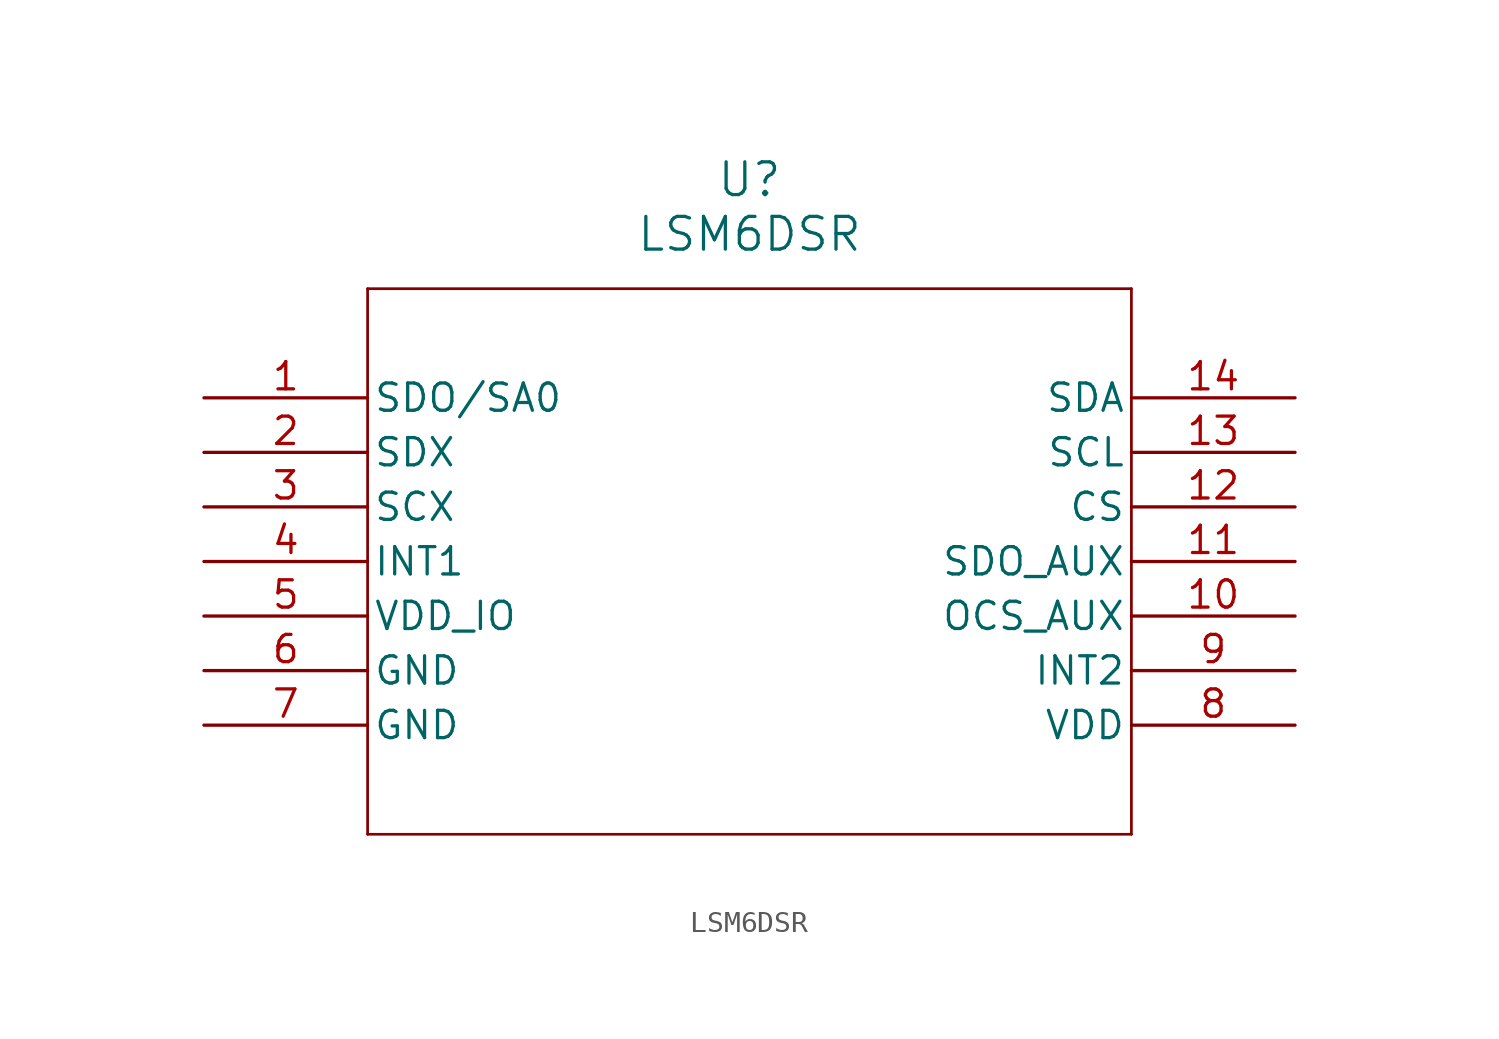
<source format=kicad_sym>
(kicad_symbol_lib
  (version 20211014)
  (generator kicad_symbol_editor)
  (symbol "LSM6DSR"
    (pin_names
      (offset 0.254))
    (property "Reference" "U"
      (at 25.4 10.16 0)
      (effects (font (size 1.524 1.524))))
    (property "Value" "LSM6DSR"
      (at 25.4 7.62 0)
      (effects (font (size 1.524 1.524))))
    (symbol "LSM6DSR_0_1"
      (polyline (pts (xy 7.62 5.08) (xy 7.62 -20.32)) (stroke (width 0.127) (type default) (color 0 0 0 0)) (fill (type none)))
      (polyline (pts (xy 7.62 -20.32) (xy 43.18 -20.32)) (stroke (width 0.127) (type default) (color 0 0 0 0)) (fill (type none)))
      (polyline (pts (xy 43.18 -20.32) (xy 43.18 5.08)) (stroke (width 0.127) (type default) (color 0 0 0 0)) (fill (type none)))
      (polyline (pts (xy 43.18 5.08) (xy 7.62 5.08)) (stroke (width 0.127) (type default) (color 0 0 0 0)) (fill (type none)))
      (pin unspecified line (at 0 0 0) (length 7.62) (name "SDO/SA0" (effects (font (size 1.27 1.27)))) (number "1" (effects (font (size 1.27 1.27)))))
      (pin unspecified line (at 0 -2.54 0) (length 7.62) (name "SDX" (effects (font (size 1.27 1.27)))) (number "2" (effects (font (size 1.27 1.27)))))
      (pin unspecified line (at 0 -5.08 0) (length 7.62) (name "SCX" (effects (font (size 1.27 1.27)))) (number "3" (effects (font (size 1.27 1.27)))))
      (pin input line (at 0 -7.62 0) (length 7.62) (name "INT1" (effects (font (size 1.27 1.27)))) (number "4" (effects (font (size 1.27 1.27)))))
      (pin power_in line (at 0 -10.16 0) (length 7.62) (name "VDD_IO" (effects (font (size 1.27 1.27)))) (number "5" (effects (font (size 1.27 1.27)))))
      (pin power_out line (at 0 -12.7 0) (length 7.62) (name "GND" (effects (font (size 1.27 1.27)))) (number "6" (effects (font (size 1.27 1.27)))))
      (pin power_out line (at 0 -15.24 0) (length 7.62) (name "GND" (effects (font (size 1.27 1.27)))) (number "7" (effects (font (size 1.27 1.27)))))
      (pin power_in line (at 50.8 -15.24 180) (length 7.62) (name "VDD" (effects (font (size 1.27 1.27)))) (number "8" (effects (font (size 1.27 1.27)))))
      (pin input line (at 50.8 -12.7 180) (length 7.62) (name "INT2" (effects (font (size 1.27 1.27)))) (number "9" (effects (font (size 1.27 1.27)))))
      (pin unspecified line (at 50.8 -10.16 180) (length 7.62) (name "OCS_AUX" (effects (font (size 1.27 1.27)))) (number "10" (effects (font (size 1.27 1.27)))))
      (pin unspecified line (at 50.8 -7.62 180) (length 7.62) (name "SDO_AUX" (effects (font (size 1.27 1.27)))) (number "11" (effects (font (size 1.27 1.27)))))
      (pin unspecified line (at 50.8 -5.08 180) (length 7.62) (name "CS" (effects (font (size 1.27 1.27)))) (number "12" (effects (font (size 1.27 1.27)))))
      (pin unspecified line (at 50.8 -2.54 180) (length 7.62) (name "SCL" (effects (font (size 1.27 1.27)))) (number "13" (effects (font (size 1.27 1.27)))))
      (pin unspecified line (at 50.8 0 180) (length 7.62) (name "SDA" (effects (font (size 1.27 1.27)))) (number "14" (effects (font (size 1.27 1.27))))))))
</source>
